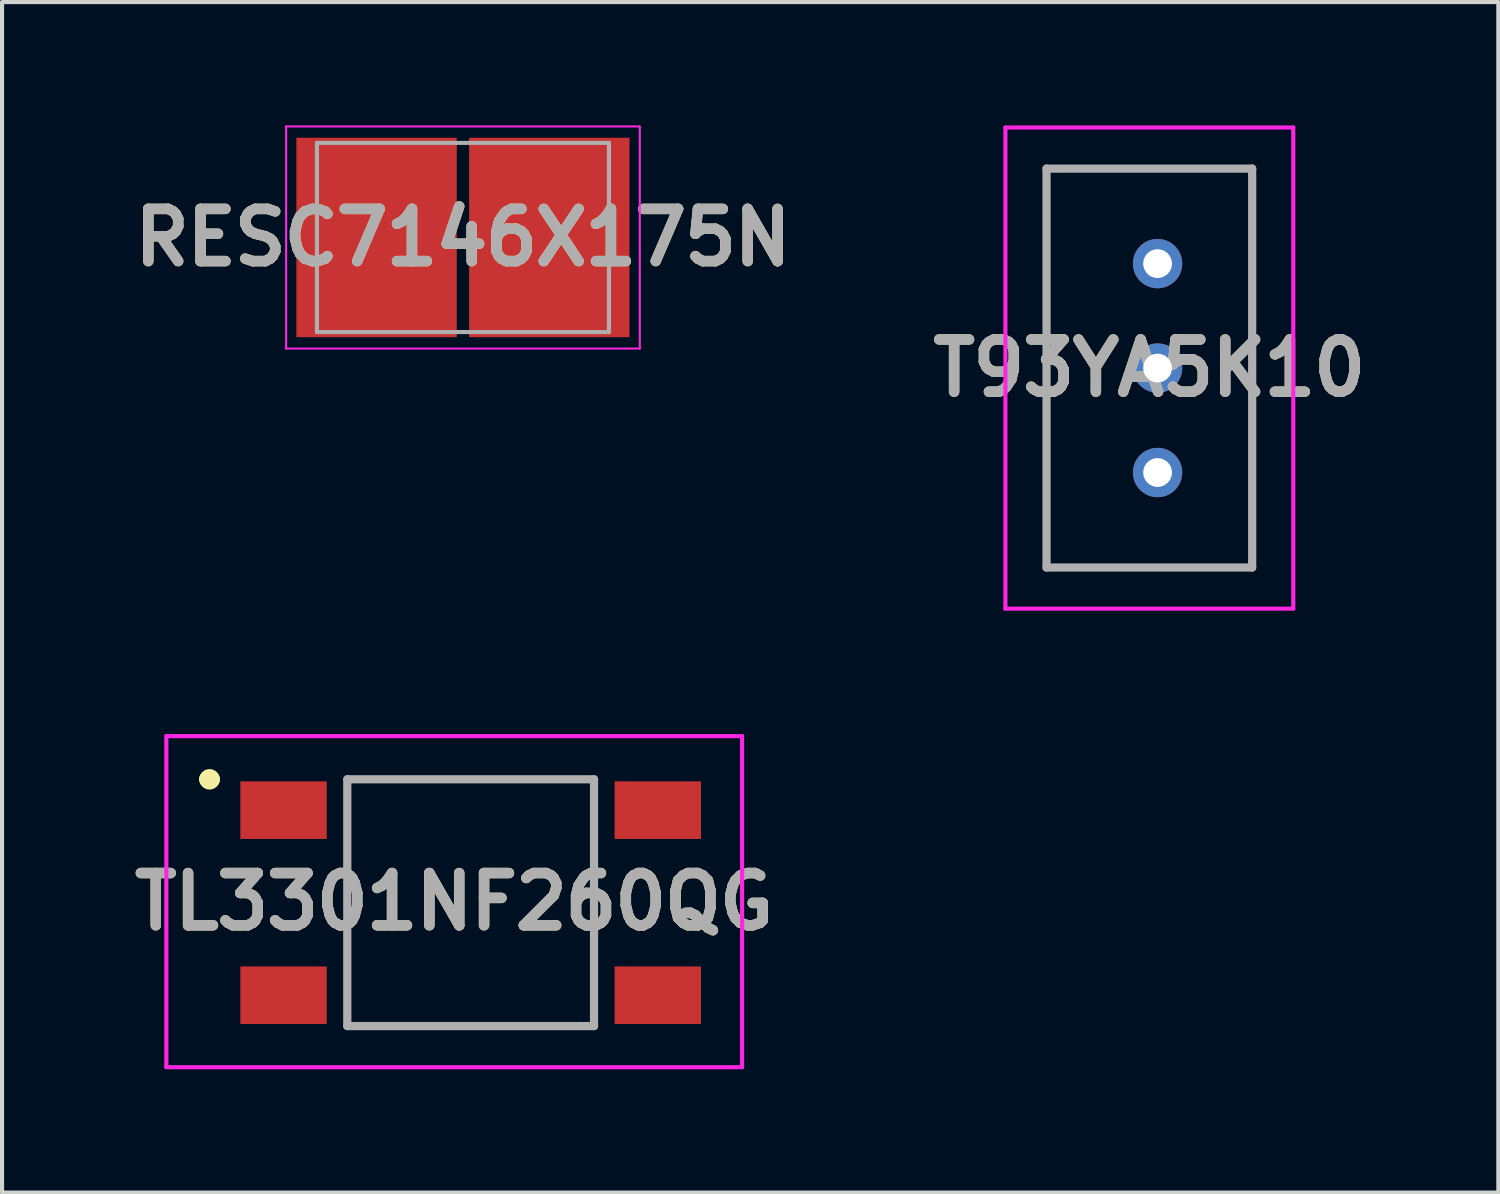
<source format=kicad_pcb>
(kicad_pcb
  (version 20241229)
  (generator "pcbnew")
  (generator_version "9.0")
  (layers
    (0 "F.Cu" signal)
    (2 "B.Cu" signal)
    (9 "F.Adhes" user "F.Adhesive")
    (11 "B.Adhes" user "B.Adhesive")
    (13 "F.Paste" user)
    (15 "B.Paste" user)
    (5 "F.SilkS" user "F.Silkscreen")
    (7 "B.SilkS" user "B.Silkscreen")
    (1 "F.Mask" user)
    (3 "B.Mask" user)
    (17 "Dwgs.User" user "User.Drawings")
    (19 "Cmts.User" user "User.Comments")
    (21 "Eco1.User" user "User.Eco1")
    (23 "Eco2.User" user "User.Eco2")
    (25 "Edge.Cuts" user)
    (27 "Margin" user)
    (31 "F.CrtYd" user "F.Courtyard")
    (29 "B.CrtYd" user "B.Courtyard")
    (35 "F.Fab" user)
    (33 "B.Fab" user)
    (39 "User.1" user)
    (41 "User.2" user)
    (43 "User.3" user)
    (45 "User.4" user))
  (footprint "RESC7146X175N"
    (layer "F.Cu")
    (at 8.207 2.725)
    (property "Reference" "RESC7146X175N" (at 0 0 0) (layer "F.SilkS") (effects (font (size 1.27 1.27) (thickness 0.254))))
    (attr smd)
    (fp_line (start -4.3 -2.7) (end 4.3 -2.7) (stroke (width 0.05) (type solid)) (layer "F.CrtYd"))
    (fp_line (start -4.3 2.7) (end -4.3 -2.7) (stroke (width 0.05) (type solid)) (layer "F.CrtYd"))
    (fp_line (start 4.3 -2.7) (end 4.3 2.7) (stroke (width 0.05) (type solid)) (layer "F.CrtYd"))
    (fp_line (start 4.3 2.7) (end -4.3 2.7) (stroke (width 0.05) (type solid)) (layer "F.CrtYd"))
    (fp_line (start -3.55 -2.3) (end 3.55 -2.3) (stroke (width 0.1) (type solid)) (layer "F.Fab"))
    (fp_line (start -3.55 2.3) (end -3.55 -2.3) (stroke (width 0.1) (type solid)) (layer "F.Fab"))
    (fp_line (start 3.55 -2.3) (end 3.55 2.3) (stroke (width 0.1) (type solid)) (layer "F.Fab"))
    (fp_line (start 3.55 2.3) (end -3.55 2.3) (stroke (width 0.1) (type solid)) (layer "F.Fab"))
    (fp_text user "${REFERENCE}" (at 0 0 0) (layer "F.Fab") (effects (font (size 1.27 1.27) (thickness 0.254))))
    (pad "1" smd rect (at -2.1 0) (size 3.9 4.85) (layers "F.Cu" "F.Mask" "F.Paste"))
    (pad "2" smd rect (at 2.1 0) (size 3.9 4.85) (layers "F.Cu" "F.Mask" "F.Paste")))
  (footprint "T93YA5K10"
    (layer "F.Cu")
    (at 24.898 5.9)
    (property "Reference" "T93YA5K10" (at 0 0 0) (layer "F.SilkS") (effects (font (size 1.27 1.27) (thickness 0.254))))
    (attr through_hole)
    (fp_line (start -2.5 -4.85) (end 2.5 -4.85) (stroke (width 0.1) (type solid)) (layer "F.SilkS"))
    (fp_line (start -2.5 4.85) (end -2.5 -4.85) (stroke (width 0.1) (type solid)) (layer "F.SilkS"))
    (fp_line (start 2.5 -4.85) (end 2.5 4.85) (stroke (width 0.1) (type solid)) (layer "F.SilkS"))
    (fp_line (start 2.5 4.85) (end -2.5 4.85) (stroke (width 0.1) (type solid)) (layer "F.SilkS"))
    (fp_line (start -3.5 -5.85) (end 3.5 -5.85) (stroke (width 0.1) (type solid)) (layer "F.CrtYd"))
    (fp_line (start -3.5 5.85) (end -3.5 -5.85) (stroke (width 0.1) (type solid)) (layer "F.CrtYd"))
    (fp_line (start 3.5 -5.85) (end 3.5 5.85) (stroke (width 0.1) (type solid)) (layer "F.CrtYd"))
    (fp_line (start 3.5 5.85) (end -3.5 5.85) (stroke (width 0.1) (type solid)) (layer "F.CrtYd"))
    (fp_line (start -2.5 -4.85) (end 2.5 -4.85) (stroke (width 0.2) (type solid)) (layer "F.Fab"))
    (fp_line (start -2.5 4.85) (end -2.5 -4.85) (stroke (width 0.2) (type solid)) (layer "F.Fab"))
    (fp_line (start 2.5 -4.85) (end 2.5 4.85) (stroke (width 0.2) (type solid)) (layer "F.Fab"))
    (fp_line (start 2.5 4.85) (end -2.5 4.85) (stroke (width 0.2) (type solid)) (layer "F.Fab"))
    (fp_text user "${REFERENCE}" (at 0 0 0) (layer "F.Fab") (effects (font (size 1.27 1.27) (thickness 0.254))))
    (pad "1" thru_hole circle (at 0.2 2.54) (size 1.2 1.2) (drill 0.7) (layers "*.Cu" "*.Mask"))
    (pad "2" thru_hole circle (at 0.2 0) (size 1.2 1.2) (drill 0.7) (layers "*.Cu" "*.Mask"))
    (pad "3" thru_hole circle (at 0.2 -2.54) (size 1.2 1.2) (drill 0.7) (layers "*.Cu" "*.Mask")))
  (footprint "TL3301NF260QG"
    (layer "F.Cu")
    (at 8.395 18.9)
    (property "Reference" "TL3301NF260QG" (at -0.4 -0.025 0) (layer "F.SilkS") (effects (font (size 1.27 1.27) (thickness 0.254))))
    (attr smd)
    (fp_line (start -6.4 -3) (end -6.4 -3) (stroke (width 0.4) (type solid)) (layer "F.SilkS"))
    (fp_line (start -6.3 -3) (end -6.3 -3) (stroke (width 0.4) (type solid)) (layer "F.SilkS"))
    (fp_line (start -3 -3) (end 3 -3) (stroke (width 0.1) (type solid)) (layer "F.SilkS"))
    (fp_line (start -3 3) (end -3 -3) (stroke (width 0.1) (type solid)) (layer "F.SilkS"))
    (fp_line (start 3 -3) (end 3 3) (stroke (width 0.1) (type solid)) (layer "F.SilkS"))
    (fp_line (start 3 3) (end -3 3) (stroke (width 0.1) (type solid)) (layer "F.SilkS"))
    (fp_arc (start -6.4 -3) (mid -6.35 -3.05) (end -6.3 -3) (stroke (width 0.4) (type solid)) (layer "F.SilkS"))
    (fp_arc (start -6.3 -3) (mid -6.35 -2.95) (end -6.4 -3) (stroke (width 0.4) (type solid)) (layer "F.SilkS"))
    (fp_line (start -7.4 -4.05) (end 6.6 -4.05) (stroke (width 0.1) (type solid)) (layer "F.CrtYd"))
    (fp_line (start -7.4 4) (end -7.4 -4.05) (stroke (width 0.1) (type solid)) (layer "F.CrtYd"))
    (fp_line (start 6.6 -4.05) (end 6.6 4) (stroke (width 0.1) (type solid)) (layer "F.CrtYd"))
    (fp_line (start 6.6 4) (end -7.4 4) (stroke (width 0.1) (type solid)) (layer "F.CrtYd"))
    (fp_line (start -3 -3) (end 3 -3) (stroke (width 0.2) (type solid)) (layer "F.Fab"))
    (fp_line (start -3 3) (end -3 -3) (stroke (width 0.2) (type solid)) (layer "F.Fab"))
    (fp_line (start 3 -3) (end 3 3) (stroke (width 0.2) (type solid)) (layer "F.Fab"))
    (fp_line (start 3 3) (end -3 3) (stroke (width 0.2) (type solid)) (layer "F.Fab"))
    (fp_text user "${REFERENCE}" (at -0.4 -0.025 0) (layer "F.Fab") (effects (font (size 1.27 1.27) (thickness 0.254))))
    (pad "1" smd rect (at -4.55 -2.25 90) (size 1.4 2.1) (layers "F.Cu" "F.Mask" "F.Paste"))
    (pad "2" smd rect (at 4.55 -2.25 90) (size 1.4 2.1) (layers "F.Cu" "F.Mask" "F.Paste"))
    (pad "3" smd rect (at -4.55 2.25 90) (size 1.4 2.1) (layers "F.Cu" "F.Mask" "F.Paste"))
    (pad "4" smd rect (at 4.55 2.25 90) (size 1.4 2.1) (layers "F.Cu" "F.Mask" "F.Paste")))
  (gr_rect
    (start -3 -3)
    (end 33.384 25.95)
    (stroke (width 0.1) (type default))
    (fill no)
    (layer "Edge.Cuts")))
</source>
